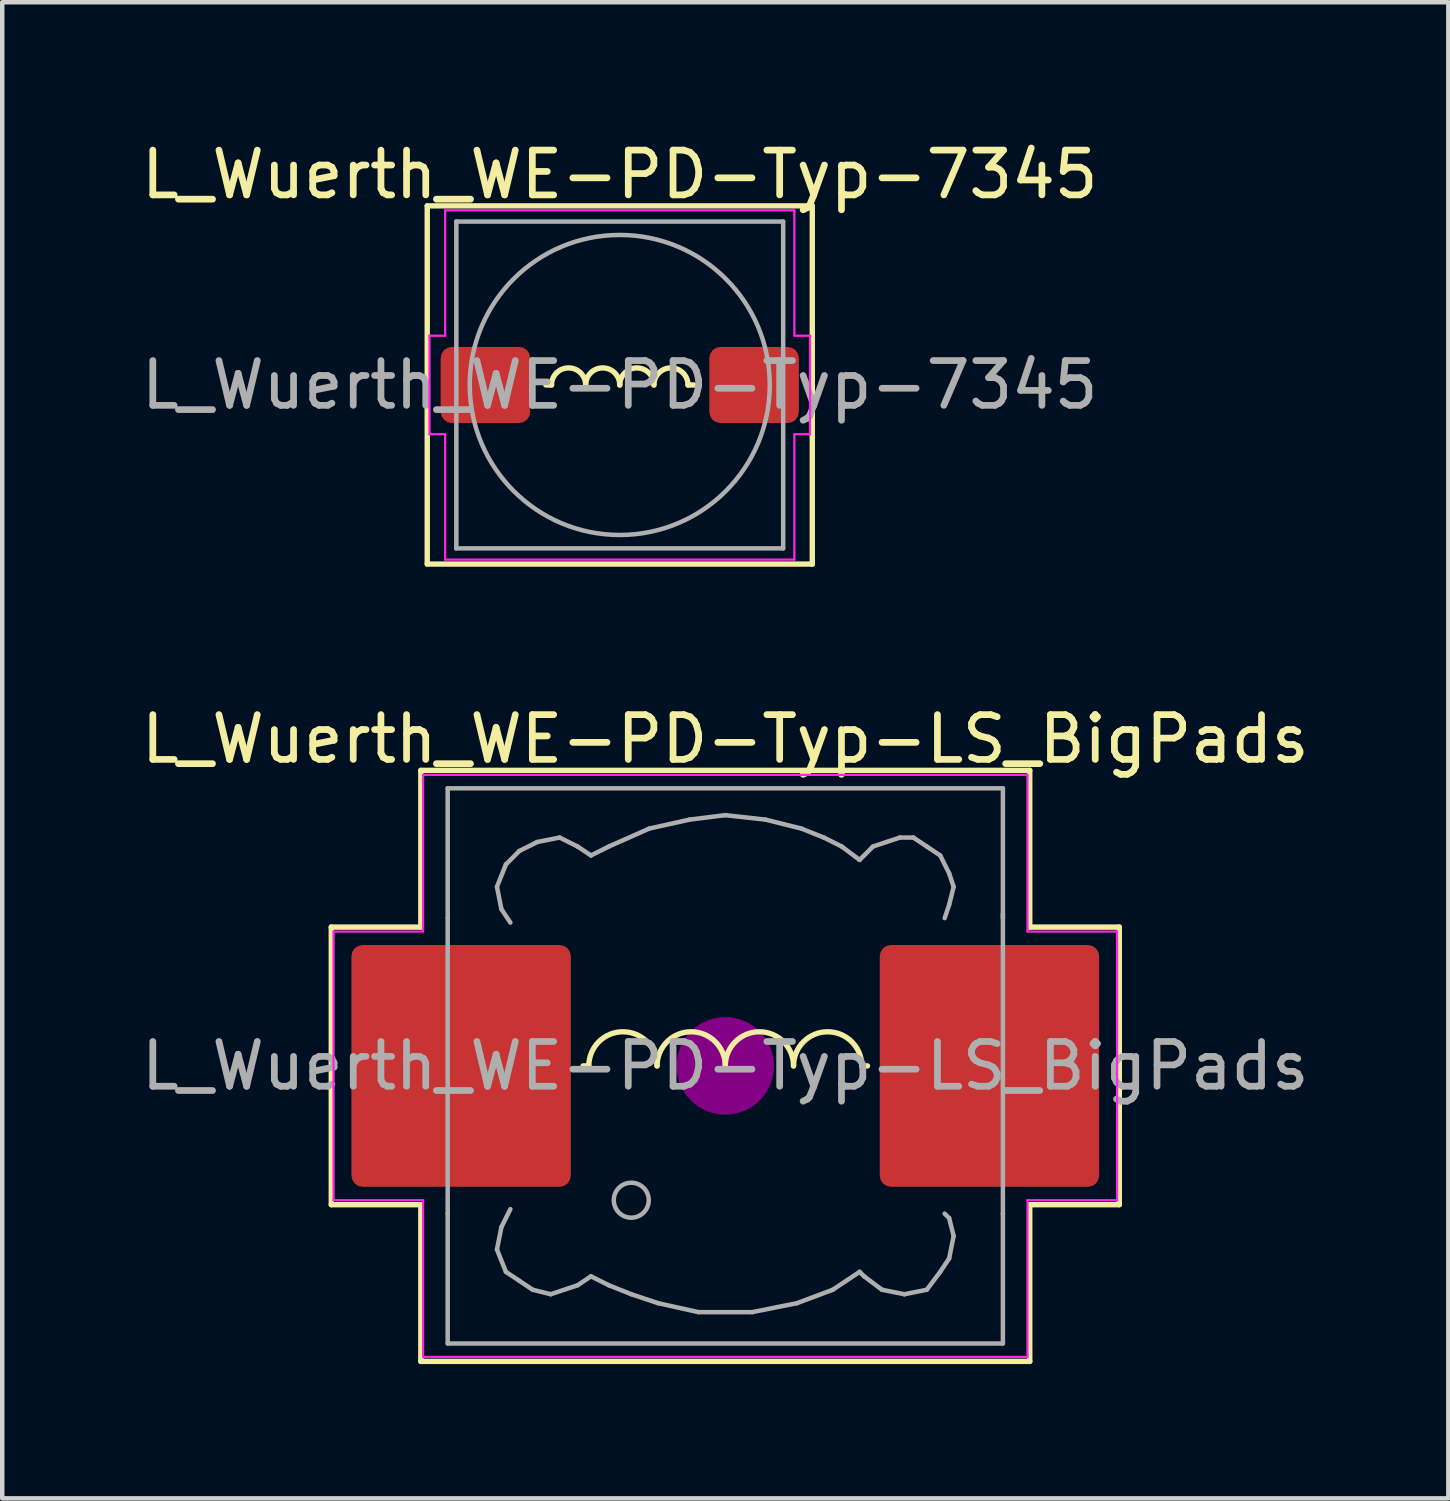
<source format=kicad_pcb>
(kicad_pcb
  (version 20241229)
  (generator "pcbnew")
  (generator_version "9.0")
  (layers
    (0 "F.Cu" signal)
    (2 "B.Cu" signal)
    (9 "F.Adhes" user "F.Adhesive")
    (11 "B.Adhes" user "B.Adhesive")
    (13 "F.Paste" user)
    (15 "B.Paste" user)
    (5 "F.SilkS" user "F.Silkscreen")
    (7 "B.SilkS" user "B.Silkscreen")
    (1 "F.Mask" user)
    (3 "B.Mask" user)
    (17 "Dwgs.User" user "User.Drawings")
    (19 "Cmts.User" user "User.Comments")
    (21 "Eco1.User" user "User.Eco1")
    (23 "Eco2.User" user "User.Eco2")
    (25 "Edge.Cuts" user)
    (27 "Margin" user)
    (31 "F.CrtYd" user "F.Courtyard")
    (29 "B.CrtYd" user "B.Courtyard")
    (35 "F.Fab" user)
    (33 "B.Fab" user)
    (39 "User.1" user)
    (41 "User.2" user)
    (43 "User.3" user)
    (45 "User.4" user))
  (footprint "L_Wuerth_WE-PD-Typ-LS_BigPads"
    (layer "F.Cu")
    (at 13.149 20.756)
    (property "Reference" "L_Wuerth_WE-PD-Typ-LS_BigPads" (at 0 -7.3 0) (layer "F.SilkS") (effects (font (size 1 1) (thickness 0.15))))
    (attr smd)
    (fp_line (start -8.8 -3.1) (end -8.8 3.1) (stroke (width 0.12) (type solid)) (layer "F.SilkS"))
    (fp_line (start -8.8 3.1) (end -6.8 3.1) (stroke (width 0.12) (type solid)) (layer "F.SilkS"))
    (fp_line (start -6.8 -6.6) (end -6.8 -3.1) (stroke (width 0.12) (type solid)) (layer "F.SilkS"))
    (fp_line (start -6.8 -3.1) (end -8.8 -3.1) (stroke (width 0.12) (type solid)) (layer "F.SilkS"))
    (fp_line (start -6.8 3.1) (end -6.8 6.6) (stroke (width 0.12) (type solid)) (layer "F.SilkS"))
    (fp_line (start -6.8 6.6) (end 6.8 6.6) (stroke (width 0.12) (type solid)) (layer "F.SilkS"))
    (fp_line (start -3.048 0) (end -3.175 0) (stroke (width 0.12) (type solid)) (layer "F.SilkS"))
    (fp_line (start 3.175 0) (end 3.048 0) (stroke (width 0.12) (type solid)) (layer "F.SilkS"))
    (fp_line (start 6.8 -6.6) (end -6.8 -6.6) (stroke (width 0.12) (type solid)) (layer "F.SilkS"))
    (fp_line (start 6.8 -3.1) (end 6.8 -6.6) (stroke (width 0.12) (type solid)) (layer "F.SilkS"))
    (fp_line (start 6.8 3.1) (end 8.8 3.1) (stroke (width 0.12) (type solid)) (layer "F.SilkS"))
    (fp_line (start 6.8 6.6) (end 6.8 3.1) (stroke (width 0.12) (type solid)) (layer "F.SilkS"))
    (fp_line (start 8.8 -3.1) (end 6.8 -3.1) (stroke (width 0.12) (type solid)) (layer "F.SilkS"))
    (fp_line (start 8.8 3.1) (end 8.8 -3.1) (stroke (width 0.12) (type solid)) (layer "F.SilkS"))
    (fp_arc (start -3.048 0) (mid -2.286 -0.762) (end -1.524 0) (stroke (width 0.12) (type solid)) (layer "F.SilkS"))
    (fp_arc (start -1.524 0) (mid -0.762 -0.762) (end 0 0) (stroke (width 0.12) (type solid)) (layer "F.SilkS"))
    (fp_arc (start 0 0) (mid 0.762 -0.762) (end 1.524 0) (stroke (width 0.12) (type solid)) (layer "F.SilkS"))
    (fp_arc (start 1.524 0) (mid 2.286 -0.762) (end 3.048 0) (stroke (width 0.12) (type solid)) (layer "F.SilkS"))
    (fp_circle (center 0 0) (end 0.15 0.15) (stroke (width 0.38) (type solid)) (fill no) (layer "F.Adhes"))
    (fp_circle (center 0 0) (end 0.55 0) (stroke (width 0.38) (type solid)) (fill no) (layer "F.Adhes"))
    (fp_circle (center 0 0) (end 0.9 0) (stroke (width 0.38) (type solid)) (fill no) (layer "F.Adhes"))
    (fp_line (start -8.75 -3) (end -6.75 -3) (stroke (width 0.05) (type solid)) (layer "F.CrtYd"))
    (fp_line (start -8.75 3) (end -8.75 -3) (stroke (width 0.05) (type solid)) (layer "F.CrtYd"))
    (fp_line (start -6.75 -6.5) (end 6.75 -6.5) (stroke (width 0.05) (type solid)) (layer "F.CrtYd"))
    (fp_line (start -6.75 -3) (end -6.75 -6.5) (stroke (width 0.05) (type solid)) (layer "F.CrtYd"))
    (fp_line (start -6.75 3) (end -8.75 3) (stroke (width 0.05) (type solid)) (layer "F.CrtYd"))
    (fp_line (start -6.75 6.5) (end -6.75 3) (stroke (width 0.05) (type solid)) (layer "F.CrtYd"))
    (fp_line (start 6.75 -6.5) (end 6.75 -3) (stroke (width 0.05) (type solid)) (layer "F.CrtYd"))
    (fp_line (start 6.75 -3) (end 8.75 -3) (stroke (width 0.05) (type solid)) (layer "F.CrtYd"))
    (fp_line (start 6.75 3) (end 6.75 6.5) (stroke (width 0.05) (type solid)) (layer "F.CrtYd"))
    (fp_line (start 6.75 6.5) (end -6.75 6.5) (stroke (width 0.05) (type solid)) (layer "F.CrtYd"))
    (fp_line (start 8.75 -3) (end 8.75 3) (stroke (width 0.05) (type solid)) (layer "F.CrtYd"))
    (fp_line (start 8.75 3) (end 6.75 3) (stroke (width 0.05) (type solid)) (layer "F.CrtYd"))
    (fp_line (start -6.2 -6.2) (end -6.2 -3.3) (stroke (width 0.1) (type solid)) (layer "F.Fab"))
    (fp_line (start -6.2 -3.3) (end -6.2 3.3) (stroke (width 0.1) (type solid)) (layer "F.Fab"))
    (fp_line (start -6.2 3.3) (end -6.2 6.2) (stroke (width 0.1) (type solid)) (layer "F.Fab"))
    (fp_line (start -6.2 6.2) (end 6.2 6.2) (stroke (width 0.1) (type solid)) (layer "F.Fab"))
    (fp_line (start -5.1 -4) (end -5 -3.5) (stroke (width 0.1) (type solid)) (layer "F.Fab"))
    (fp_line (start -5.1 4.1) (end -5 3.6) (stroke (width 0.1) (type solid)) (layer "F.Fab"))
    (fp_line (start -5 -3.5) (end -4.8 -3.2) (stroke (width 0.1) (type solid)) (layer "F.Fab"))
    (fp_line (start -5 3.6) (end -4.8 3.2) (stroke (width 0.1) (type solid)) (layer "F.Fab"))
    (fp_line (start -4.9 -4.5) (end -5.1 -4) (stroke (width 0.1) (type solid)) (layer "F.Fab"))
    (fp_line (start -4.9 4.6) (end -5.1 4.1) (stroke (width 0.1) (type solid)) (layer "F.Fab"))
    (fp_line (start -4.6 -4.8) (end -4.9 -4.5) (stroke (width 0.1) (type solid)) (layer "F.Fab"))
    (fp_line (start -4.6 4.8) (end -4.9 4.6) (stroke (width 0.1) (type solid)) (layer "F.Fab"))
    (fp_line (start -4.3 5) (end -4.6 4.8) (stroke (width 0.1) (type solid)) (layer "F.Fab"))
    (fp_line (start -4.2 -5) (end -4.6 -4.8) (stroke (width 0.1) (type solid)) (layer "F.Fab"))
    (fp_line (start -3.9 5.1) (end -4.3 5) (stroke (width 0.1) (type solid)) (layer "F.Fab"))
    (fp_line (start -3.7 -5.1) (end -4.2 -5) (stroke (width 0.1) (type solid)) (layer "F.Fab"))
    (fp_line (start -3.3 -4.9) (end -3.7 -5.1) (stroke (width 0.1) (type solid)) (layer "F.Fab"))
    (fp_line (start -3.3 4.9) (end -3.9 5.1) (stroke (width 0.1) (type solid)) (layer "F.Fab"))
    (fp_line (start -3 -4.7) (end -3.3 -4.9) (stroke (width 0.1) (type solid)) (layer "F.Fab"))
    (fp_line (start -3 4.7) (end -3.3 4.9) (stroke (width 0.1) (type solid)) (layer "F.Fab"))
    (fp_line (start -2.6 -4.9) (end -3 -4.7) (stroke (width 0.1) (type solid)) (layer "F.Fab"))
    (fp_line (start -2.6 4.9) (end -3 4.7) (stroke (width 0.1) (type solid)) (layer "F.Fab"))
    (fp_line (start -2.1 5.1) (end -2.6 4.9) (stroke (width 0.1) (type solid)) (layer "F.Fab"))
    (fp_line (start -1.7 -5.3) (end -2.6 -4.9) (stroke (width 0.1) (type solid)) (layer "F.Fab"))
    (fp_line (start -1.5 5.3) (end -2.1 5.1) (stroke (width 0.1) (type solid)) (layer "F.Fab"))
    (fp_line (start -0.8 -5.5) (end -1.7 -5.3) (stroke (width 0.1) (type solid)) (layer "F.Fab"))
    (fp_line (start -0.6 5.5) (end -1.5 5.3) (stroke (width 0.1) (type solid)) (layer "F.Fab"))
    (fp_line (start 0 -5.6) (end -0.8 -5.5) (stroke (width 0.1) (type solid)) (layer "F.Fab"))
    (fp_line (start 0.6 5.5) (end -0.6 5.5) (stroke (width 0.1) (type solid)) (layer "F.Fab"))
    (fp_line (start 0.9 -5.5) (end 0 -5.6) (stroke (width 0.1) (type solid)) (layer "F.Fab"))
    (fp_line (start 1.6 5.3) (end 0.6 5.5) (stroke (width 0.1) (type solid)) (layer "F.Fab"))
    (fp_line (start 1.7 -5.3) (end 0.9 -5.5) (stroke (width 0.1) (type solid)) (layer "F.Fab"))
    (fp_line (start 2.2 -5.1) (end 1.7 -5.3) (stroke (width 0.1) (type solid)) (layer "F.Fab"))
    (fp_line (start 2.4 5) (end 1.6 5.3) (stroke (width 0.1) (type solid)) (layer "F.Fab"))
    (fp_line (start 2.6 -4.9) (end 2.2 -5.1) (stroke (width 0.1) (type solid)) (layer "F.Fab"))
    (fp_line (start 3 -4.6) (end 2.6 -4.9) (stroke (width 0.1) (type solid)) (layer "F.Fab"))
    (fp_line (start 3 4.6) (end 2.4 5) (stroke (width 0.1) (type solid)) (layer "F.Fab"))
    (fp_line (start 3.1 4.7) (end 3 4.6) (stroke (width 0.1) (type solid)) (layer "F.Fab"))
    (fp_line (start 3.3 -4.9) (end 3 -4.6) (stroke (width 0.1) (type solid)) (layer "F.Fab"))
    (fp_line (start 3.5 5) (end 3.1 4.7) (stroke (width 0.1) (type solid)) (layer "F.Fab"))
    (fp_line (start 3.6 -5) (end 3.3 -4.9) (stroke (width 0.1) (type solid)) (layer "F.Fab"))
    (fp_line (start 3.9 -5.1) (end 3.6 -5) (stroke (width 0.1) (type solid)) (layer "F.Fab"))
    (fp_line (start 4 5.1) (end 3.5 5) (stroke (width 0.1) (type solid)) (layer "F.Fab"))
    (fp_line (start 4.2 -5.1) (end 3.9 -5.1) (stroke (width 0.1) (type solid)) (layer "F.Fab"))
    (fp_line (start 4.5 -4.9) (end 4.2 -5.1) (stroke (width 0.1) (type solid)) (layer "F.Fab"))
    (fp_line (start 4.5 5) (end 4 5.1) (stroke (width 0.1) (type solid)) (layer "F.Fab"))
    (fp_line (start 4.8 -4.7) (end 4.5 -4.9) (stroke (width 0.1) (type solid)) (layer "F.Fab"))
    (fp_line (start 4.8 4.6) (end 4.5 5) (stroke (width 0.1) (type solid)) (layer "F.Fab"))
    (fp_line (start 4.9 -3.3) (end 5 -3.6) (stroke (width 0.1) (type solid)) (layer "F.Fab"))
    (fp_line (start 4.9 3.3) (end 5 3.4) (stroke (width 0.1) (type solid)) (layer "F.Fab"))
    (fp_line (start 5 -4.3) (end 4.8 -4.7) (stroke (width 0.1) (type solid)) (layer "F.Fab"))
    (fp_line (start 5 -3.6) (end 5.1 -4) (stroke (width 0.1) (type solid)) (layer "F.Fab"))
    (fp_line (start 5 3.4) (end 5.1 3.8) (stroke (width 0.1) (type solid)) (layer "F.Fab"))
    (fp_line (start 5 4.3) (end 4.8 4.6) (stroke (width 0.1) (type solid)) (layer "F.Fab"))
    (fp_line (start 5.1 -4) (end 5 -4.3) (stroke (width 0.1) (type solid)) (layer "F.Fab"))
    (fp_line (start 5.1 3.8) (end 5 4.3) (stroke (width 0.1) (type solid)) (layer "F.Fab"))
    (fp_line (start 6.2 -6.2) (end -6.2 -6.2) (stroke (width 0.1) (type solid)) (layer "F.Fab"))
    (fp_line (start 6.2 -6.2) (end 6.2 -3.3) (stroke (width 0.1) (type solid)) (layer "F.Fab"))
    (fp_line (start 6.2 3.3) (end 6.2 -3.4) (stroke (width 0.1) (type solid)) (layer "F.Fab"))
    (fp_line (start 6.2 6.2) (end 6.2 3.3) (stroke (width 0.1) (type solid)) (layer "F.Fab"))
    (fp_circle (center -2.1 3) (end -1.8 3.25) (stroke (width 0.1) (type solid)) (fill no) (layer "F.Fab"))
    (fp_text user "${REFERENCE}" (at 0 0 0) (layer "F.Fab") (effects (font (size 1 1) (thickness 0.15))))
    (pad "1" smd roundrect (at -5.9 0) (size 4.9 5.4) (layers "F.Cu" "F.Mask" "F.Paste") (roundrect_rratio 0.051))
    (pad "2" smd roundrect (at 5.9 0) (size 4.9 5.4) (layers "F.Cu" "F.Mask" "F.Paste") (roundrect_rratio 0.051)))
  (footprint "L_Wuerth_WE-PD-Typ-7345"
    (layer "F.Cu")
    (at 10.792 5.548)
    (property "Reference" "L_Wuerth_WE-PD-Typ-7345" (at 0 -4.7 0) (layer "F.SilkS") (effects (font (size 1 1) (thickness 0.15))))
    (attr smd)
    (fp_line (start -4.3 -4) (end 4.3 -4) (stroke (width 0.12) (type solid)) (layer "F.SilkS"))
    (fp_line (start -4.3 0) (end -4.3 -4) (stroke (width 0.12) (type solid)) (layer "F.SilkS"))
    (fp_line (start -4.3 4) (end -4.3 0) (stroke (width 0.12) (type solid)) (layer "F.SilkS"))
    (fp_line (start -1.524 0) (end -1.651 0) (stroke (width 0.12) (type solid)) (layer "F.SilkS"))
    (fp_line (start 1.524 0) (end 1.651 0) (stroke (width 0.12) (type solid)) (layer "F.SilkS"))
    (fp_line (start 4.3 -4) (end 4.3 4) (stroke (width 0.12) (type solid)) (layer "F.SilkS"))
    (fp_line (start 4.3 4) (end -4.3 4) (stroke (width 0.12) (type solid)) (layer "F.SilkS"))
    (fp_arc (start -1.524 0) (mid -1.143 -0.381) (end -0.762 0) (stroke (width 0.12) (type solid)) (layer "F.SilkS"))
    (fp_arc (start -0.762 0) (mid -0.381 -0.381) (end 0 0) (stroke (width 0.12) (type solid)) (layer "F.SilkS"))
    (fp_arc (start 0 0) (mid 0.381 -0.381) (end 0.762 0) (stroke (width 0.12) (type solid)) (layer "F.SilkS"))
    (fp_arc (start 0.762 0) (mid 1.143 -0.381) (end 1.524 0) (stroke (width 0.12) (type solid)) (layer "F.SilkS"))
    (fp_line (start -4.25 -1.1) (end -3.9 -1.1) (stroke (width 0.05) (type solid)) (layer "F.CrtYd"))
    (fp_line (start -4.25 1.1) (end -4.25 -1.1) (stroke (width 0.05) (type solid)) (layer "F.CrtYd"))
    (fp_line (start -4.25 1.1) (end -3.9 1.1) (stroke (width 0.05) (type solid)) (layer "F.CrtYd"))
    (fp_line (start -3.9 -3.9) (end 3.9 -3.9) (stroke (width 0.05) (type solid)) (layer "F.CrtYd"))
    (fp_line (start -3.9 -1.1) (end -3.9 -3.9) (stroke (width 0.05) (type solid)) (layer "F.CrtYd"))
    (fp_line (start -3.9 3.9) (end -3.9 1.1) (stroke (width 0.05) (type solid)) (layer "F.CrtYd"))
    (fp_line (start 3.9 -1.1) (end 3.9 -3.9) (stroke (width 0.05) (type solid)) (layer "F.CrtYd"))
    (fp_line (start 3.9 -1.1) (end 4.25 -1.1) (stroke (width 0.05) (type solid)) (layer "F.CrtYd"))
    (fp_line (start 3.9 1.1) (end 4.25 1.1) (stroke (width 0.05) (type solid)) (layer "F.CrtYd"))
    (fp_line (start 3.9 3.9) (end -3.9 3.9) (stroke (width 0.05) (type solid)) (layer "F.CrtYd"))
    (fp_line (start 3.9 3.9) (end 3.9 1.1) (stroke (width 0.05) (type solid)) (layer "F.CrtYd"))
    (fp_line (start 4.25 1.1) (end 4.25 -1.1) (stroke (width 0.05) (type solid)) (layer "F.CrtYd"))
    (fp_line (start -3.65 -3.65) (end -3.65 3.65) (stroke (width 0.1) (type solid)) (layer "F.Fab"))
    (fp_line (start -3.65 3.65) (end 3.65 3.65) (stroke (width 0.1) (type solid)) (layer "F.Fab"))
    (fp_line (start 3.65 -3.65) (end -3.65 -3.65) (stroke (width 0.1) (type solid)) (layer "F.Fab"))
    (fp_line (start 3.65 3.65) (end 3.65 -3.65) (stroke (width 0.1) (type solid)) (layer "F.Fab"))
    (fp_circle (center 0 0) (end 3.35 -0.05) (stroke (width 0.1) (type solid)) (fill no) (layer "F.Fab"))
    (fp_text user "${REFERENCE}" (at 0 0 0) (layer "F.Fab") (effects (font (size 1 1) (thickness 0.15))))
    (pad "1" smd roundrect (at -3 0) (size 2 1.7) (layers "F.Cu" "F.Mask" "F.Paste") (roundrect_rratio 0.147))
    (pad "2" smd roundrect (at 3 0) (size 2 1.7) (layers "F.Cu" "F.Mask" "F.Paste") (roundrect_rratio 0.147)))
  (gr_rect
    (start -3 -3)
    (end 29.298 30.416)
    (stroke (width 0.1) (type default))
    (fill no)
    (layer "Edge.Cuts")))
</source>
